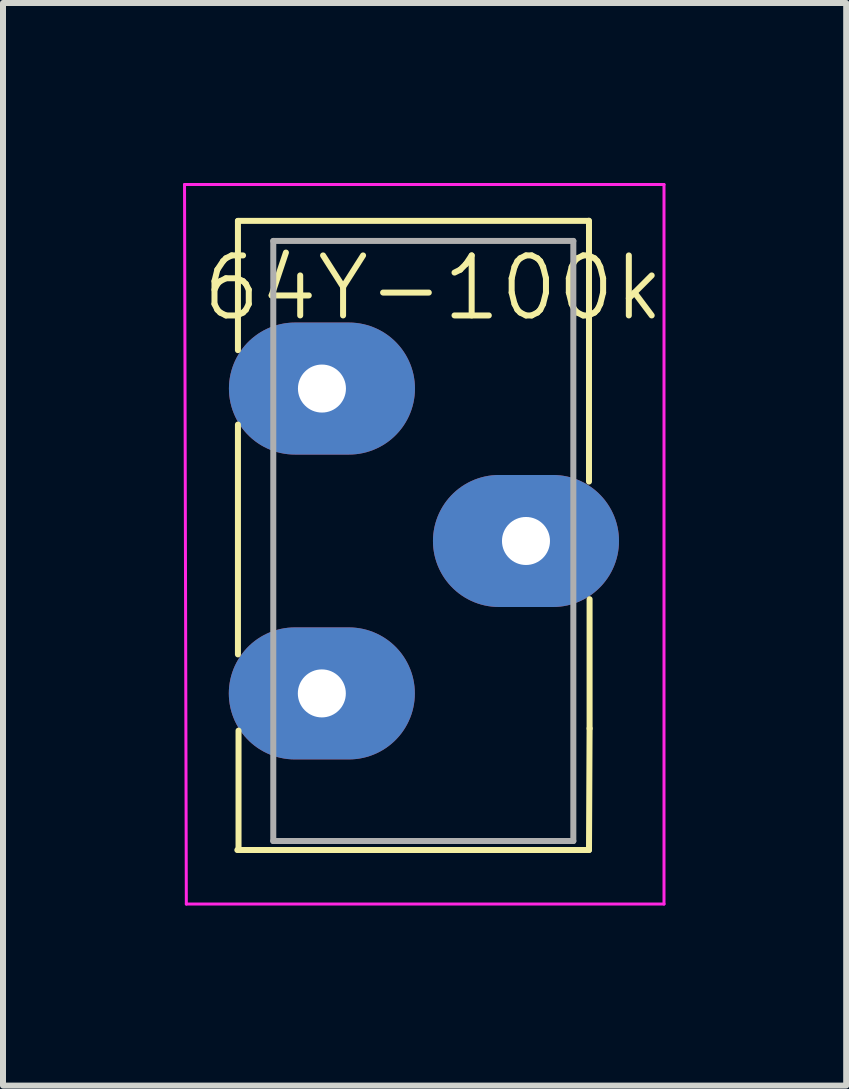
<source format=kicad_pcb>
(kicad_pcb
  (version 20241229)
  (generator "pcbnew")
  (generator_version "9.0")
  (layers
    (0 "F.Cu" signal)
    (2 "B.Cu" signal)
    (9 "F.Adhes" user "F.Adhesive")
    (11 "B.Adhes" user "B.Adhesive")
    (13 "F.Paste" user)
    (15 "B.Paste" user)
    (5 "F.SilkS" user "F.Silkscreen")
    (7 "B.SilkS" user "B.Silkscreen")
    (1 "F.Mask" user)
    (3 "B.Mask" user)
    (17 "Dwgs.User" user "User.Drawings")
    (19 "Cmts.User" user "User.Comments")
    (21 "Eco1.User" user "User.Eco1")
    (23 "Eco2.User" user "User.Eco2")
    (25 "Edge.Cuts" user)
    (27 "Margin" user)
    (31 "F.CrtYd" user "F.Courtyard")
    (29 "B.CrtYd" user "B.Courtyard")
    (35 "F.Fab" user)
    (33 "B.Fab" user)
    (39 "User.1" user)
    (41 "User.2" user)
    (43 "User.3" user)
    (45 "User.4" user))
  (footprint "64Y-100k"
    (layer "F.Cu")
    (at 4.015 3.425)
    (property "Reference" "64Y-100k" (at 0.152 -1.676 0) (unlocked yes) (layer "F.SilkS") (effects (font (size 1 1) (thickness 0.1))))
    (attr through_hole)
    (fp_line (start -3.1 -2.794) (end -3.1 -0.64) (stroke (width 0.1) (type default)) (layer "F.SilkS"))
    (fp_line (start -3.1 0.6) (end -3.1 4.43) (stroke (width 0.1) (type default)) (layer "F.SilkS"))
    (fp_line (start -3.09 5.7) (end -3.09 7.69) (stroke (width 0.1) (type default)) (layer "F.SilkS"))
    (fp_line (start 2.743 -2.794) (end -3.1 -2.794) (stroke (width 0.1) (type default)) (layer "F.SilkS"))
    (fp_line (start 2.75 -2.797) (end 2.75 -0.643) (stroke (width 0.1) (type default)) (layer "F.SilkS"))
    (fp_line (start 2.75 -0.643) (end 2.75 1.55) (stroke (width 0.1) (type default)) (layer "F.SilkS"))
    (fp_line (start 2.75 7.69) (end -3.11 7.69) (stroke (width 0.1) (type default)) (layer "F.SilkS"))
    (fp_line (start 2.76 3.51) (end 2.76 5.664) (stroke (width 0.1) (type default)) (layer "F.SilkS"))
    (fp_line (start 2.76 5.664) (end 2.75 7.69) (stroke (width 0.1) (type default)) (layer "F.SilkS"))
    (fp_line (start -3.99 -3.4) (end -3.96 8.59) (stroke (width 0.05) (type default)) (layer "F.CrtYd"))
    (fp_line (start -3.99 -3.4) (end 4 -3.4) (stroke (width 0.05) (type default)) (layer "F.CrtYd"))
    (fp_line (start -3.96 8.59) (end 4 8.59) (stroke (width 0.05) (type default)) (layer "F.CrtYd"))
    (fp_line (start 4 -3.4) (end 4 8.59) (stroke (width 0.05) (type default)) (layer "F.CrtYd"))
    (fp_line (start -2.511 -2.46) (end 2.489 -2.46) (stroke (width 0.1) (type default)) (layer "F.Fab"))
    (fp_line (start -2.511 7.54) (end -2.511 -2.46) (stroke (width 0.1) (type default)) (layer "F.Fab"))
    (fp_line (start -2.511 7.54) (end 2.489 7.54) (stroke (width 0.1) (type default)) (layer "F.Fab"))
    (fp_line (start 2.489 7.54) (end 2.489 -2.46) (stroke (width 0.1) (type default)) (layer "F.Fab"))
    (pad "1" thru_hole oval (at -1.7 0 270) (size 2.2 3.1) (drill 0.8) (layers "*.Cu" "*.Mask"))
    (pad "2" thru_hole oval (at 1.7 2.54 270) (size 2.2 3.1) (drill 0.8) (layers "*.Cu" "*.Mask"))
    (pad "3" thru_hole oval (at -1.702 5.08 270) (size 2.2 3.1) (drill 0.8) (layers "*.Cu" "*.Mask")))
  (gr_rect
    (start -3 -3)
    (end 11.051 15.04)
    (stroke (width 0.1) (type default))
    (fill no)
    (layer "Edge.Cuts")))
</source>
